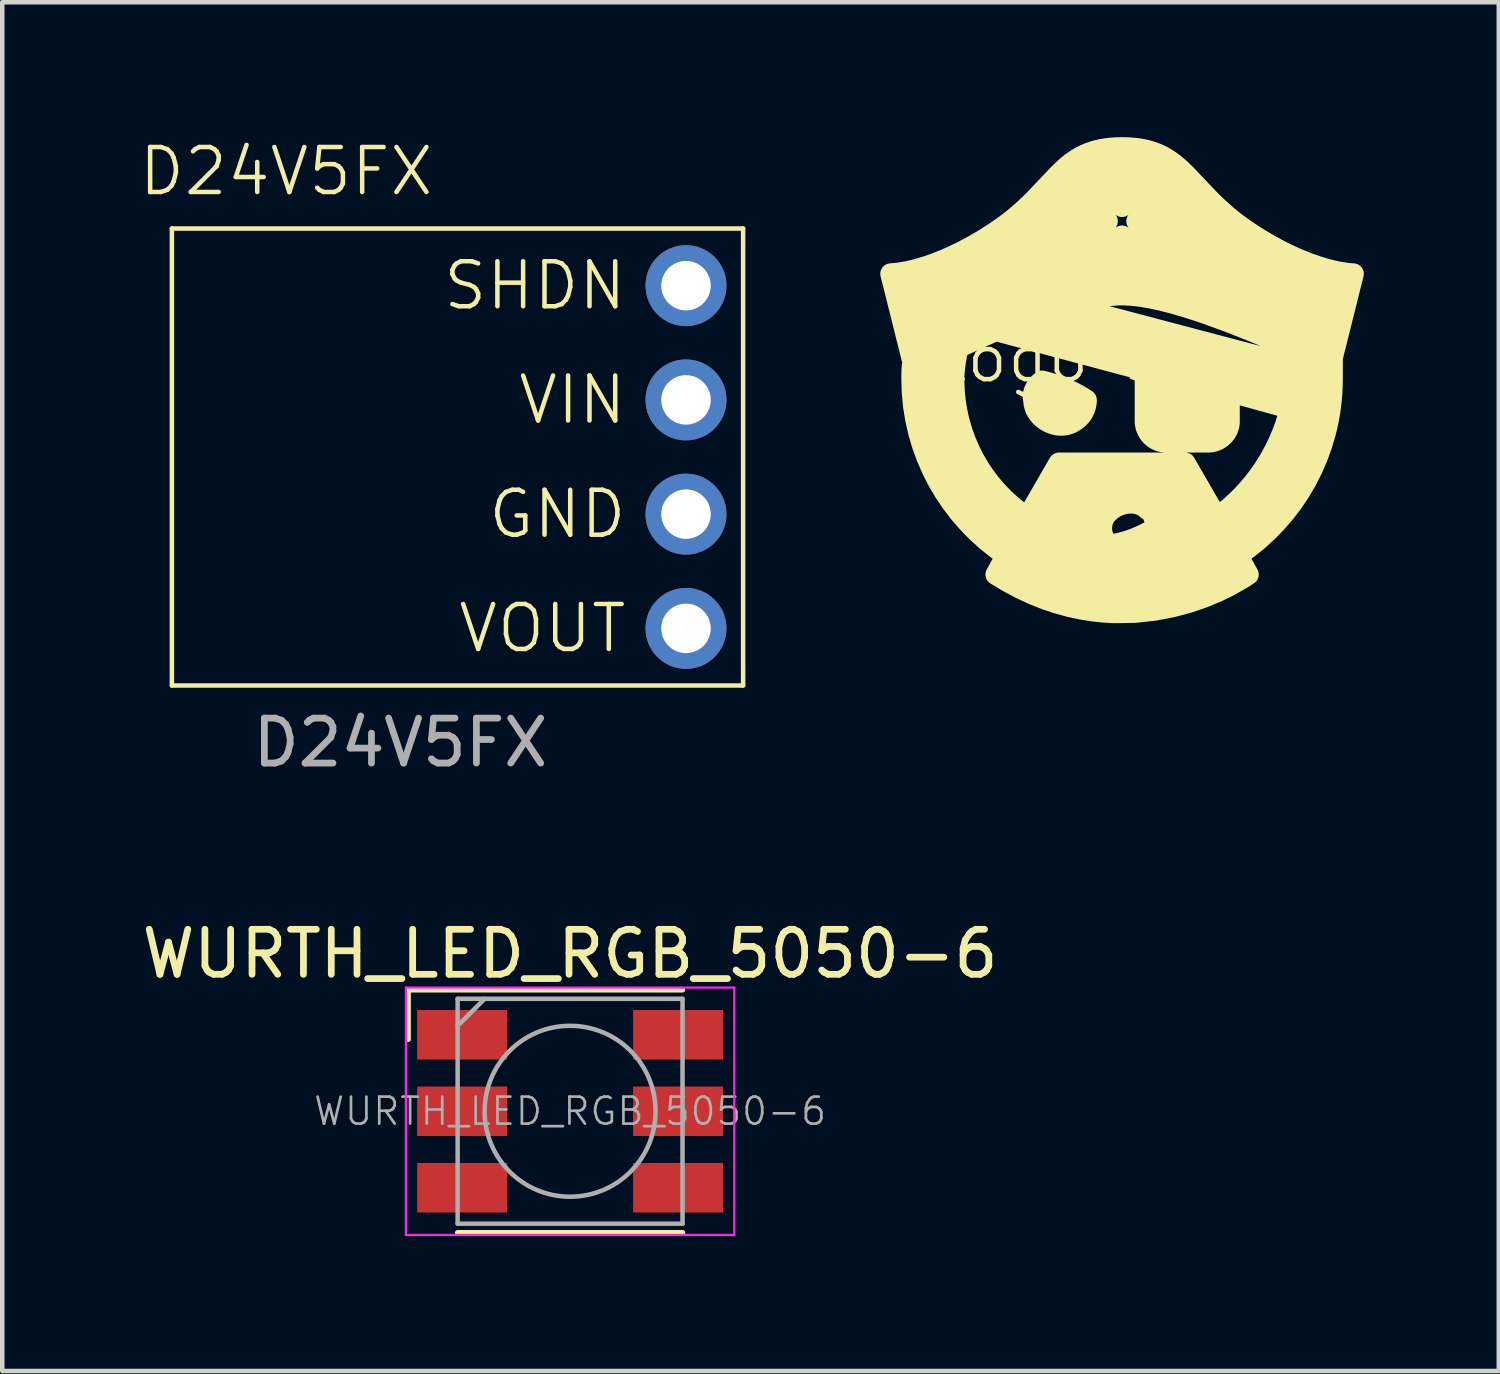
<source format=kicad_pcb>
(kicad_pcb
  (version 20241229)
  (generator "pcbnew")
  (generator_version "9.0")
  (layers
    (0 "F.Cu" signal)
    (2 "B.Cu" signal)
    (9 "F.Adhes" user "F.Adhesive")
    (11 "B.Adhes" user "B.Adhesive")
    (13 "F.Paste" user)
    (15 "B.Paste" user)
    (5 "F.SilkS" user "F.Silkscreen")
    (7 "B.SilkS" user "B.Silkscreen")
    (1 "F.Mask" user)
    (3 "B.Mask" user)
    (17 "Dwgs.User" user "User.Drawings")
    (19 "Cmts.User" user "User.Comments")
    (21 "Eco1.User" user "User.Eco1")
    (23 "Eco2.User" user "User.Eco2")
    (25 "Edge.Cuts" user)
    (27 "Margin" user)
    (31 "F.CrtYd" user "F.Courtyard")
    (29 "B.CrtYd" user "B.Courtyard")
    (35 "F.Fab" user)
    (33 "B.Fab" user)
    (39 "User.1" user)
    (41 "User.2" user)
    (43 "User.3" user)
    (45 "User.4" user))
  (footprint "WURTH_LED_RGB_5050-6"
    (layer "F.Cu")
    (at 9.625 21.657)
    (property "Reference" "WURTH_LED_RGB_5050-6" (at 0 -3.5 180) (layer "F.SilkS") (effects (font (size 1 1) (thickness 0.15))))
    (attr smd)
    (fp_line (start -3.6 -2.7) (end 2.5 -2.7) (stroke (width 0.12) (type solid)) (layer "F.SilkS"))
    (fp_line (start -3.6 -1.6) (end -3.6 -2.7) (stroke (width 0.12) (type solid)) (layer "F.SilkS"))
    (fp_line (start 2.5 2.7) (end -2.5 2.7) (stroke (width 0.12) (type solid)) (layer "F.SilkS"))
    (fp_line (start -3.65 -2.75) (end -3.65 2.75) (stroke (width 0.05) (type solid)) (layer "F.CrtYd"))
    (fp_line (start -3.65 2.75) (end 3.65 2.75) (stroke (width 0.05) (type solid)) (layer "F.CrtYd"))
    (fp_line (start 3.65 -2.75) (end -3.65 -2.75) (stroke (width 0.05) (type solid)) (layer "F.CrtYd"))
    (fp_line (start 3.65 2.75) (end 3.65 -2.75) (stroke (width 0.05) (type solid)) (layer "F.CrtYd"))
    (fp_line (start -2.5 -2.5) (end -2.5 2.5) (stroke (width 0.1) (type solid)) (layer "F.Fab"))
    (fp_line (start -2.5 -1.9) (end -1.9 -2.5) (stroke (width 0.1) (type solid)) (layer "F.Fab"))
    (fp_line (start -2.5 2.5) (end 2.5 2.5) (stroke (width 0.1) (type solid)) (layer "F.Fab"))
    (fp_line (start 2.5 -2.5) (end -2.5 -2.5) (stroke (width 0.1) (type solid)) (layer "F.Fab"))
    (fp_line (start 2.5 2.5) (end 2.5 -2.5) (stroke (width 0.1) (type solid)) (layer "F.Fab"))
    (fp_circle (center 0 0) (end 0 -1.9) (stroke (width 0.1) (type solid)) (fill no) (layer "F.Fab"))
    (fp_text user "${REFERENCE}" (at 0 0 0) (layer "F.Fab") (effects (font (size 0.6 0.6) (thickness 0.06))))
    (pad "BA" smd rect (at 2.4 -1.7 90) (size 1.1 2) (layers "F.Cu" "F.Mask" "F.Paste"))
    (pad "BK" smd rect (at -2.4 -1.7 90) (size 1.1 2) (layers "F.Cu" "F.Mask" "F.Paste"))
    (pad "GA" smd rect (at 2.4 1.7 90) (size 1.1 2) (layers "F.Cu" "F.Mask" "F.Paste"))
    (pad "GK" smd rect (at -2.4 1.7 90) (size 1.1 2) (layers "F.Cu" "F.Mask" "F.Paste"))
    (pad "RA" smd rect (at 2.4 0 90) (size 1.1 2) (layers "F.Cu" "F.Mask" "F.Paste"))
    (pad "RK" smd rect (at -2.4 0 90) (size 1.1 2) (layers "F.Cu" "F.Mask" "F.Paste")))
  (footprint "Logo Small"
    (layer "F.Cu")
    (at 21.899 5.422)
    (property "Reference" "Logo Small" (at 0 -0.5 0) (unlocked yes) (layer "F.SilkS") (effects (font (size 1 1) (thickness 0.1))))
    (fp_poly (pts (xy -1.708 0.018) (xy -1.64 0.037) (xy -1.573 0.058) (xy -1.506 0.079) (xy -1.441 0.101) (xy -1.377 0.125) (xy -1.314 0.15) (xy -1.252 0.175) (xy -1.191 0.202) (xy -1.132 0.23) (xy -1.073 0.259) (xy -1.015 0.289) (xy -0.959 0.32) (xy -0.904 0.353) (xy -0.849 0.386) (xy -0.796 0.421) (xy -0.797 0.451) (xy -0.8 0.481) (xy -0.804 0.51) (xy -0.809 0.539) (xy -0.816 0.567) (xy -0.824 0.594) (xy -0.834 0.621) (xy -0.845 0.646) (xy -0.857 0.671) (xy -0.87 0.696) (xy -0.884 0.719) (xy -0.9 0.742) (xy -0.916 0.764) (xy -0.934 0.785) (xy -0.952 0.805) (xy -0.972 0.824) (xy -0.992 0.842) (xy -1.013 0.859) (xy -1.034 0.875) (xy -1.057 0.89) (xy -1.079 0.904) (xy -1.103 0.917) (xy -1.127 0.929) (xy -1.151 0.94) (xy -1.176 0.95) (xy -1.201 0.958) (xy -1.227 0.965) (xy -1.253 0.971) (xy -1.279 0.976) (xy -1.305 0.979) (xy -1.331 0.981) (xy -1.357 0.982) (xy -1.384 0.981) (xy -1.41 0.979) (xy -1.437 0.976) (xy -1.464 0.971) (xy -1.491 0.965) (xy -1.518 0.958) (xy -1.544 0.95) (xy -1.571 0.94) (xy -1.597 0.929) (xy -1.623 0.917) (xy -1.648 0.904) (xy -1.673 0.89) (xy -1.697 0.875) (xy -1.721 0.859) (xy -1.744 0.842) (xy -1.766 0.824) (xy -1.788 0.805) (xy -1.808 0.785) (xy -1.828 0.764) (xy -1.847 0.742) (xy -1.864 0.719) (xy -1.881 0.696) (xy -1.896 0.671) (xy -1.909 0.646) (xy -1.922 0.621) (xy -1.933 0.594) (xy -1.942 0.567) (xy -1.95 0.539) (xy -1.957 0.51) (xy -1.961 0.481) (xy -1.964 0.451) (xy -1.965 0.421) (xy -1.969 0.407) (xy -1.972 0.394) (xy -1.975 0.38) (xy -1.976 0.366) (xy -1.977 0.352) (xy -1.977 0.338) (xy -1.977 0.323) (xy -1.975 0.309) (xy -1.973 0.294) (xy -1.971 0.28) (xy -1.967 0.265) (xy -1.963 0.251) (xy -1.959 0.236) (xy -1.954 0.222) (xy -1.948 0.207) (xy -1.942 0.193) (xy -1.927 0.165) (xy -1.911 0.137) (xy -1.893 0.111) (xy -1.873 0.085) (xy -1.851 0.062) (xy -1.828 0.039) (xy -1.816 0.029) (xy -1.804 0.019) (xy -1.791 0.009) (xy -1.778 0)) (stroke (width 0.467) (type solid)) (fill yes) (layer "F.SilkS"))
    (fp_poly (pts (xy 0.126 -5.186) (xy 0.246 -5.178) (xy 0.358 -5.165) (xy 0.464 -5.147) (xy 0.564 -5.124) (xy 0.658 -5.096) (xy 0.747 -5.064) (xy 0.831 -5.028) (xy 0.911 -4.988) (xy 0.988 -4.943) (xy 1.061 -4.895) (xy 1.132 -4.844) (xy 1.269 -4.73) (xy 1.401 -4.604) (xy 1.97 -4.005) (xy 2.144 -3.839) (xy 2.337 -3.668) (xy 2.443 -3.581) (xy 2.556 -3.494) (xy 2.676 -3.407) (xy 2.803 -3.319) (xy 2.933 -3.234) (xy 3.06 -3.154) (xy 3.185 -3.08) (xy 3.306 -3.01) (xy 3.424 -2.946) (xy 3.539 -2.885) (xy 3.651 -2.83) (xy 3.76 -2.778) (xy 3.865 -2.731) (xy 3.967 -2.688) (xy 4.065 -2.648) (xy 4.159 -2.612) (xy 4.336 -2.55) (xy 4.498 -2.501) (xy 4.643 -2.462) (xy 4.771 -2.433) (xy 4.881 -2.413) (xy 4.972 -2.399) (xy 5.045 -2.39) (xy 5.097 -2.386) (xy 5.14 -2.384) (xy 4.673 -0.514) (xy 4.673 -0.514) (xy 4.673 -0.047) (xy 4.67 0.106) (xy 4.663 0.258) (xy 4.651 0.408) (xy 4.634 0.557) (xy 4.613 0.705) (xy 4.587 0.851) (xy 4.556 0.996) (xy 4.522 1.139) (xy 4.439 1.419) (xy 4.34 1.693) (xy 4.225 1.958) (xy 4.094 2.215) (xy 3.949 2.462) (xy 3.79 2.699) (xy 3.616 2.926) (xy 3.43 3.141) (xy 3.232 3.345) (xy 3.022 3.537) (xy 2.801 3.715) (xy 2.569 3.88) (xy 2.803 4.301) (xy 2.685 4.379) (xy 2.347 4.57) (xy 2.105 4.687) (xy 1.817 4.806) (xy 1.488 4.92) (xy 1.12 5.019) (xy 0.718 5.096) (xy 0.283 5.143) (xy -0.18 5.15) (xy -0.421 5.136) (xy -0.668 5.109) (xy -0.92 5.068) (xy -1.178 5.012) (xy -1.44 4.94) (xy -1.706 4.851) (xy -1.977 4.743) (xy -2.25 4.616) (xy -2.527 4.469) (xy -2.806 4.301) (xy -2.573 3.88) (xy -2.804 3.715) (xy -3.025 3.537) (xy -3.235 3.345) (xy -3.307 3.272) (xy -0.457 3.272) (xy -0.457 3.298) (xy -0.455 3.325) (xy -0.451 3.351) (xy -0.446 3.377) (xy -0.44 3.402) (xy -0.433 3.427) (xy -0.424 3.452) (xy -0.414 3.477) (xy -0.402 3.5) (xy -0.389 3.524) (xy -0.375 3.546) (xy -0.359 3.568) (xy -0.342 3.589) (xy -0.323 3.609) (xy -0.303 3.628) (xy -0.282 3.646) (xy -0.213 3.636) (xy -0.144 3.624) (xy -0.076 3.61) (xy -0.01 3.594) (xy 0.056 3.576) (xy 0.121 3.557) (xy 0.186 3.535) (xy 0.25 3.512) (xy 0.313 3.487) (xy 0.376 3.46) (xy 0.438 3.432) (xy 0.5 3.403) (xy 0.623 3.34) (xy 0.746 3.272) (xy 0.746 3.245) (xy 0.744 3.216) (xy 0.741 3.185) (xy 0.737 3.154) (xy 0.731 3.122) (xy 0.724 3.09) (xy 0.715 3.058) (xy 0.705 3.027) (xy 0.694 2.997) (xy 0.687 2.982) (xy 0.68 2.968) (xy 0.673 2.955) (xy 0.665 2.942) (xy 0.656 2.929) (xy 0.648 2.917) (xy 0.638 2.906) (xy 0.629 2.896) (xy 0.618 2.886) (xy 0.608 2.877) (xy 0.596 2.869) (xy 0.584 2.862) (xy 0.572 2.856) (xy 0.559 2.851) (xy 0.537 2.83) (xy 0.513 2.811) (xy 0.489 2.794) (xy 0.464 2.779) (xy 0.438 2.765) (xy 0.411 2.753) (xy 0.383 2.743) (xy 0.355 2.734) (xy 0.327 2.727) (xy 0.298 2.721) (xy 0.269 2.717) (xy 0.24 2.714) (xy 0.21 2.713) (xy 0.18 2.713) (xy 0.151 2.714) (xy 0.121 2.717) (xy 0.062 2.726) (xy 0.005 2.74) (xy -0.051 2.757) (xy -0.105 2.779) (xy -0.155 2.804) (xy -0.202 2.833) (xy -0.224 2.848) (xy -0.244 2.864) (xy -0.264 2.881) (xy -0.282 2.898) (xy -0.303 2.916) (xy -0.323 2.935) (xy -0.342 2.955) (xy -0.359 2.976) (xy -0.375 2.998) (xy -0.389 3.021) (xy -0.402 3.044) (xy -0.414 3.068) (xy -0.424 3.092) (xy -0.433 3.117) (xy -0.44 3.142) (xy -0.446 3.168) (xy -0.451 3.194) (xy -0.455 3.22) (xy -0.457 3.246) (xy -0.457 3.272) (xy -3.307 3.272) (xy -3.434 3.141) (xy -3.62 2.926) (xy -3.793 2.699) (xy -3.952 2.462) (xy -4.098 2.215) (xy -4.228 1.958) (xy -4.343 1.693) (xy -4.443 1.419) (xy -4.525 1.139) (xy -4.59 0.851) (xy -4.638 0.557) (xy -4.666 0.258) (xy -4.676 -0.047) (xy -3.741 -0.047) (xy -3.739 0.075) (xy -3.734 0.196) (xy -3.724 0.316) (xy -3.711 0.435) (xy -3.695 0.552) (xy -3.674 0.668) (xy -3.651 0.782) (xy -3.624 0.895) (xy -3.593 1.007) (xy -3.56 1.117) (xy -3.482 1.332) (xy -3.393 1.54) (xy -3.291 1.741) (xy -3.178 1.935) (xy -3.054 2.12) (xy -2.92 2.297) (xy -2.775 2.464) (xy -2.621 2.623) (xy -2.457 2.772) (xy -2.285 2.91) (xy -2.105 3.038) (xy -1.404 1.823) (xy 1.401 1.823) (xy 2.102 3.038) (xy 2.249 2.929) (xy 2.391 2.813) (xy 2.528 2.69) (xy 2.66 2.56) (xy 2.786 2.424) (xy 2.907 2.282) (xy 3.022 2.134) (xy 3.13 1.981) (xy 3.232 1.823) (xy 3.327 1.66) (xy 3.415 1.493) (xy 3.495 1.323) (xy 3.568 1.148) (xy 3.633 0.971) (xy 3.69 0.791) (xy 3.738 0.608) (xy 2.382 0.234) (xy 2.382 0.888) (xy 2.382 0.914) (xy 2.38 0.94) (xy 2.376 0.965) (xy 2.372 0.989) (xy 2.366 1.012) (xy 2.359 1.035) (xy 2.351 1.058) (xy 2.342 1.08) (xy 2.332 1.101) (xy 2.321 1.121) (xy 2.309 1.14) (xy 2.296 1.159) (xy 2.282 1.177) (xy 2.268 1.195) (xy 2.252 1.211) (xy 2.236 1.227) (xy 2.219 1.242) (xy 2.202 1.256) (xy 2.184 1.269) (xy 2.165 1.282) (xy 2.146 1.293) (xy 2.127 1.304) (xy 2.107 1.313) (xy 2.087 1.322) (xy 2.066 1.33) (xy 2.045 1.337) (xy 2.024 1.342) (xy 2.002 1.347) (xy 1.98 1.351) (xy 1.959 1.353) (xy 1.937 1.355) (xy 1.915 1.356) (xy 0.98 1.356) (xy 0.954 1.355) (xy 0.928 1.353) (xy 0.904 1.35) (xy 0.879 1.345) (xy 0.856 1.339) (xy 0.833 1.333) (xy 0.81 1.325) (xy 0.789 1.315) (xy 0.768 1.305) (xy 0.747 1.294) (xy 0.728 1.282) (xy 0.709 1.269) (xy 0.691 1.256) (xy 0.673 1.241) (xy 0.657 1.226) (xy 0.641 1.21) (xy 0.626 1.193) (xy 0.612 1.175) (xy 0.599 1.157) (xy 0.586 1.139) (xy 0.575 1.12) (xy 0.564 1.1) (xy 0.555 1.08) (xy 0.546 1.06) (xy 0.538 1.039) (xy 0.532 1.018) (xy 0.526 0.997) (xy 0.521 0.975) (xy 0.517 0.954) (xy 0.515 0.932) (xy 0.513 0.91) (xy 0.513 0.888) (xy 0.513 -0.234) (xy -2.806 -1.122) (xy -2.927 -1.069) (xy -3.043 -1.017) (xy -3.262 -0.917) (xy -3.464 -0.826) (xy -3.558 -0.785) (xy -3.648 -0.748) (xy -3.682 -0.573) (xy -3.698 -0.485) (xy -3.712 -0.397) (xy -3.724 -0.31) (xy -3.733 -0.222) (xy -3.739 -0.134) (xy -3.741 -0.091) (xy -3.741 -0.047) (xy -4.676 -0.047) (xy -4.675 -0.159) (xy -4.674 -0.219) (xy -4.67 -0.28) (xy -4.665 -0.342) (xy -4.661 -0.372) (xy -4.656 -0.402) (xy -4.651 -0.431) (xy -4.645 -0.46) (xy -4.638 -0.487) (xy -4.629 -0.514) (xy -4.676 -0.514) (xy -4.968 -1.683) (xy -1.264 -1.683) (xy 3.691 -0.374) (xy 3.69 -0.479) (xy 3.689 -0.532) (xy 3.685 -0.584) (xy 3.683 -0.611) (xy 3.68 -0.637) (xy 3.676 -0.663) (xy 3.671 -0.689) (xy 3.666 -0.716) (xy 3.66 -0.742) (xy 3.653 -0.768) (xy 3.644 -0.795) (xy 2.845 -1.128) (xy 2.372 -1.314) (xy 1.874 -1.496) (xy 1.622 -1.581) (xy 1.37 -1.66) (xy 1.121 -1.732) (xy 0.877 -1.794) (xy 0.641 -1.845) (xy 0.414 -1.884) (xy 0.199 -1.908) (xy -0.002 -1.917) (xy -0.065 -1.915) (xy -0.131 -1.912) (xy -0.271 -1.9) (xy -0.422 -1.88) (xy -0.58 -1.852) (xy -0.745 -1.818) (xy -0.915 -1.779) (xy -1.089 -1.733) (xy -1.264 -1.683) (xy -4.968 -1.683) (xy -5.144 -2.384) (xy -4.976 -2.399) (xy -4.774 -2.433) (xy -4.646 -2.462) (xy -4.501 -2.501) (xy -4.339 -2.55) (xy -4.162 -2.612) (xy -3.97 -2.688) (xy -3.763 -2.778) (xy -3.543 -2.885) (xy -3.519 -2.898) (xy -0.983 -2.898) (xy -0.656 -2.571) (xy -0.002 -3.225) (xy 0.653 -2.571) (xy 0.98 -2.898) (xy 0.326 -3.553) (xy 0.98 -4.207) (xy 0.653 -4.534) (xy -0.002 -3.88) (xy -0.656 -4.534) (xy -0.983 -4.207) (xy -0.329 -3.553) (xy -0.983 -2.898) (xy -3.519 -2.898) (xy -3.309 -3.01) (xy -3.064 -3.154) (xy -2.806 -3.319) (xy -2.679 -3.407) (xy -2.559 -3.494) (xy -2.447 -3.581) (xy -2.341 -3.668) (xy -2.241 -3.754) (xy -2.147 -3.839) (xy -1.974 -4.005) (xy -1.404 -4.604) (xy -1.272 -4.73) (xy -1.205 -4.789) (xy -1.136 -4.844) (xy -1.065 -4.895) (xy -0.991 -4.943) (xy -0.915 -4.988) (xy -0.834 -5.028) (xy -0.75 -5.064) (xy -0.661 -5.096) (xy -0.567 -5.124) (xy -0.467 -5.147) (xy -0.361 -5.165) (xy -0.249 -5.178) (xy -0.129 -5.186) (xy -0.002 -5.189)) (stroke (width 0.467) (type solid)) (fill yes) (layer "F.SilkS")))
  (footprint "D24V5FX"
    (layer "F.Cu")
    (at 8.392 7.111)
    (property "Reference" "D24V5FX" (at -5.08 -6.35 0) (unlocked yes) (layer "F.SilkS") (effects (font (size 1 1) (thickness 0.1))))
    (attr smd)
    (fp_line (start -7.62 -5.08) (end 5.08 -5.08) (stroke (width 0.1) (type default)) (layer "F.SilkS"))
    (fp_line (start -7.62 5.08) (end -7.62 -5.08) (stroke (width 0.1) (type default)) (layer "F.SilkS"))
    (fp_line (start 5.08 -5.08) (end 5.08 5.08) (stroke (width 0.1) (type default)) (layer "F.SilkS"))
    (fp_line (start 5.08 5.08) (end -7.62 5.08) (stroke (width 0.1) (type default)) (layer "F.SilkS"))
    (fp_text user "VOUT" (at 2.54 3.81 0) (unlocked yes) (layer "F.SilkS") (effects (font (size 1 1) (thickness 0.1)) (justify right)))
    (fp_text user "SHDN" (at 2.54 -3.81 0) (unlocked yes) (layer "F.SilkS") (effects (font (size 1 1) (thickness 0.1)) (justify right)))
    (fp_text user "GND" (at 2.54 1.27 0) (unlocked yes) (layer "F.SilkS") (effects (font (size 1 1) (thickness 0.1)) (justify right)))
    (fp_text user "VIN" (at 2.54 -1.27 0) (unlocked yes) (layer "F.SilkS") (effects (font (size 1 1) (thickness 0.1)) (justify right)))
    (fp_text user "${REFERENCE}" (at -2.54 6.35 0) (unlocked yes) (layer "F.Fab") (effects (font (size 1 1) (thickness 0.15))))
    (pad "1" thru_hole circle (at 3.81 -3.81) (size 1.8 1.8) (drill 1.1) (layers "*.Cu" "*.Mask"))
    (pad "2" thru_hole circle (at 3.81 -1.27) (size 1.8 1.8) (drill 1.1) (layers "*.Cu" "*.Mask"))
    (pad "3" thru_hole circle (at 3.81 1.27) (size 1.8 1.8) (drill 1.1) (layers "*.Cu" "*.Mask"))
    (pad "4" thru_hole circle (at 3.81 3.81) (size 1.8 1.8) (drill 1.1) (layers "*.Cu" "*.Mask")))
  (gr_rect
    (start -3 -3)
    (end 30.273 27.432)
    (stroke (width 0.1) (type default))
    (fill no)
    (layer "Edge.Cuts")))
</source>
